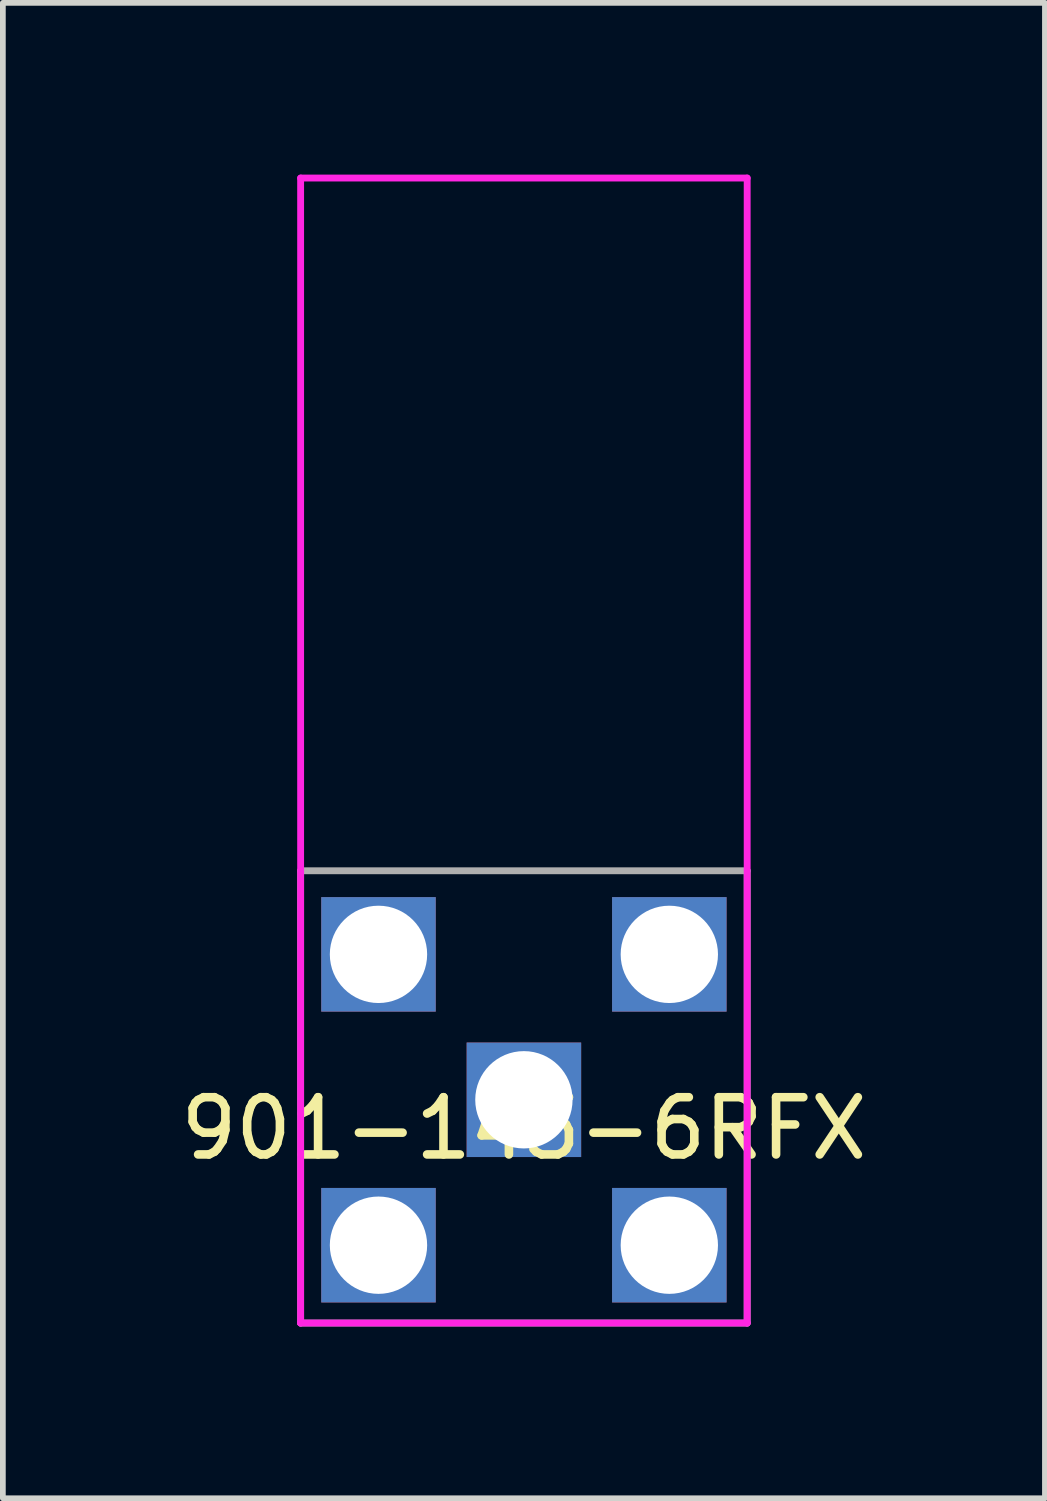
<source format=kicad_pcb>
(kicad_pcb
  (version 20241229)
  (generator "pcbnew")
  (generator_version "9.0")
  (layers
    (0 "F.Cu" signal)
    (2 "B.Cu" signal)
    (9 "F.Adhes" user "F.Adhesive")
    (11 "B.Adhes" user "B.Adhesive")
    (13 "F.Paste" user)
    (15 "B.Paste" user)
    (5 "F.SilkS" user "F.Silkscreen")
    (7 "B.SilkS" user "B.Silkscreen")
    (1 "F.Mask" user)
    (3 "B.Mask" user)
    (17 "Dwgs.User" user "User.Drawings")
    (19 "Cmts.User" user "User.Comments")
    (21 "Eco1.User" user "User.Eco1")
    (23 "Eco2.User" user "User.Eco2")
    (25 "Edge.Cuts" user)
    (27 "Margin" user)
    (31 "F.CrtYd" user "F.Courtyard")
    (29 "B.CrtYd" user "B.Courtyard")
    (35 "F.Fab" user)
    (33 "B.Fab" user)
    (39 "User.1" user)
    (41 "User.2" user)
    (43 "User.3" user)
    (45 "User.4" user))
  (footprint "901-143-6RFX"
    (layer "F.Cu")
    (at 6.101 16.16)
    (property "Reference" "901-143-6RFX" (at 0 0.5 0) (layer "F.SilkS") (effects (font (size 1 1) (thickness 0.15))))
    (attr through_hole)
    (fp_line (start -3.9 -16.1) (end 3.9 -16.1) (stroke (width 0.12) (type solid)) (layer "F.CrtYd"))
    (fp_line (start -3.9 3.9) (end -3.9 -16.1) (stroke (width 0.12) (type solid)) (layer "F.CrtYd"))
    (fp_line (start -3.9 3.9) (end 3.9 3.9) (stroke (width 0.12) (type solid)) (layer "F.CrtYd"))
    (fp_line (start 3.9 3.9) (end 3.9 -16.1) (stroke (width 0.12) (type solid)) (layer "F.CrtYd"))
    (fp_line (start -3.9 -4) (end 3.9 -4) (stroke (width 0.12) (type solid)) (layer "F.Fab"))
    (fp_line (start -3.9 3.9) (end -3.9 -4) (stroke (width 0.12) (type solid)) (layer "F.Fab"))
    (fp_line (start 3.9 -4) (end 3.9 3.9) (stroke (width 0.12) (type solid)) (layer "F.Fab"))
    (fp_line (start 3.9 3.9) (end -3.9 3.9) (stroke (width 0.12) (type solid)) (layer "F.Fab"))
    (pad "1" thru_hole rect (at 0 0) (size 2 2) (drill 1.7) (layers "*.Cu" "*.Mask"))
    (pad "2" thru_hole rect (at -2.54 -2.54) (size 2 2) (drill 1.7) (layers "*.Cu" "*.Mask"))
    (pad "2" thru_hole rect (at -2.54 2.54) (size 2 2) (drill 1.7) (layers "*.Cu" "*.Mask"))
    (pad "2" thru_hole rect (at 2.54 -2.54) (size 2 2) (drill 1.7) (layers "*.Cu" "*.Mask"))
    (pad "2" thru_hole rect (at 2.54 2.54) (size 2 2) (drill 1.7) (layers "*.Cu" "*.Mask")))
  (gr_rect
    (start -3 -3)
    (end 15.202 23.12)
    (stroke (width 0.1) (type default))
    (fill no)
    (layer "Edge.Cuts")))
</source>
